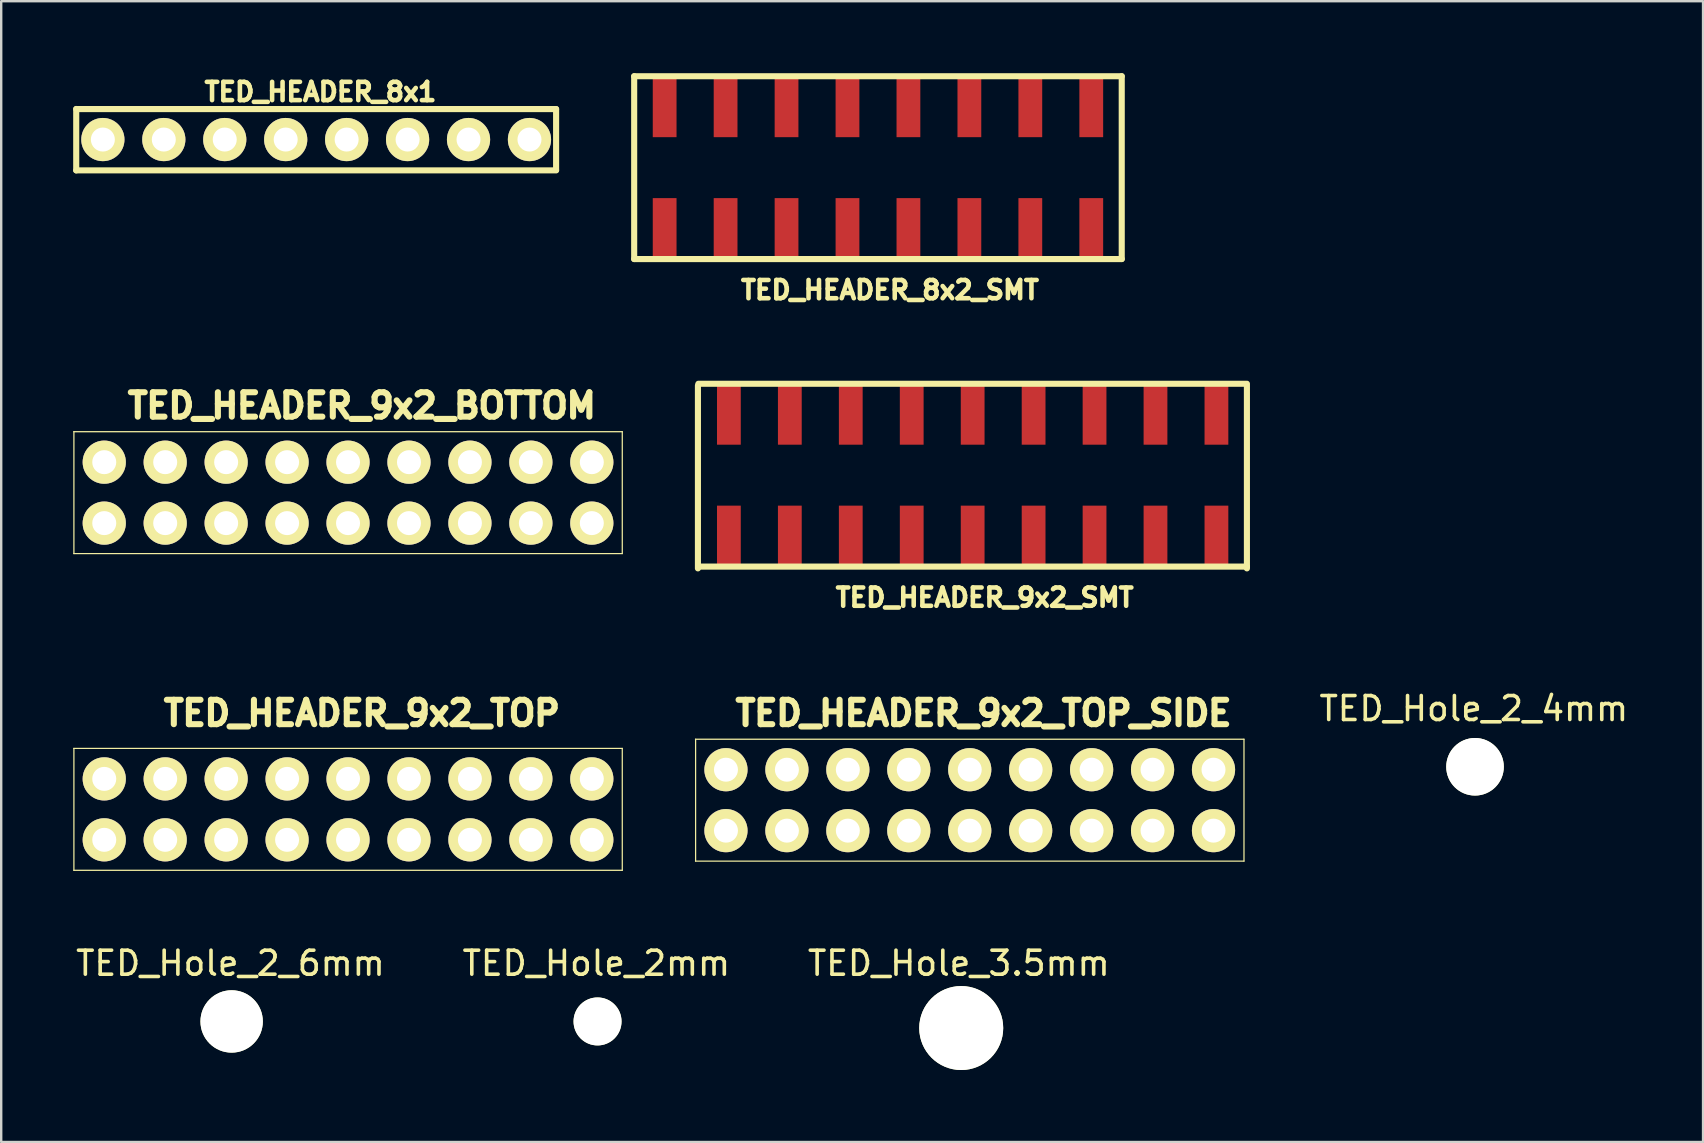
<source format=kicad_pcb>
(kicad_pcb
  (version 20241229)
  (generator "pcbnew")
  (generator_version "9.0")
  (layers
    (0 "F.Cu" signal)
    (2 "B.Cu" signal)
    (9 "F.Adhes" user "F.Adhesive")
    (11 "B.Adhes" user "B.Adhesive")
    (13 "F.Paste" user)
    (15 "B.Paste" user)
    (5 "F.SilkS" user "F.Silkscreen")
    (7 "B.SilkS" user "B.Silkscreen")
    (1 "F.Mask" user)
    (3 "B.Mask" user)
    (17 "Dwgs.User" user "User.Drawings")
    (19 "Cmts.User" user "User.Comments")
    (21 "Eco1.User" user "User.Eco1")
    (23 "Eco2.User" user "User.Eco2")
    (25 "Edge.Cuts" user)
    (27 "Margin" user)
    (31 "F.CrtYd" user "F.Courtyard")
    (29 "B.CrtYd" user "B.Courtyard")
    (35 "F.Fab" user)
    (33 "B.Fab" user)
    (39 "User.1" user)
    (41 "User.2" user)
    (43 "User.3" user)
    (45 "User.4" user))
  (footprint "TED_Hole_2_6mm"
    (layer "F.Cu")
    (at 6.604 39.521)
    (property "Reference" "TED_Hole_2_6mm" (at -0.05 -2.425 0) (layer "F.SilkS") (effects (font (size 1 1) (thickness 0.15))))
    (attr through_hole)
    (pad "" np_thru_hole circle (at 0 0) (size 2.6 2.6) (drill 2.6) (layers "*.Cu" "*.Mask" "F.SilkS")))
  (footprint "TED_HEADER_8x2_SMT"
    (layer "F.Cu")
    (at 33.541 3.937)
    (property "Reference" "TED_HEADER_8x2_SMT" (at 0.5 5.1 0) (layer "F.SilkS") (effects (font (size 0.762 0.762) (thickness 0.191))))
    (attr through_hole)
    (fp_line (start -10.16 3.81) (end -10.16 -3.81) (stroke (width 0.254) (type solid)) (layer "F.SilkS"))
    (fp_line (start 10.16 -3.81) (end -10.16 -3.81) (stroke (width 0.254) (type solid)) (layer "F.SilkS"))
    (fp_line (start 10.16 -3.81) (end 10.16 3.81) (stroke (width 0.254) (type solid)) (layer "F.SilkS"))
    (fp_line (start 10.16 3.81) (end -10.16 3.81) (stroke (width 0.254) (type solid)) (layer "F.SilkS"))
    (pad "1" smd rect (at -8.89 2.54) (size 0.991 2.54) (layers "F.Cu" "F.Mask" "F.Paste"))
    (pad "2" smd rect (at -6.35 2.54) (size 0.991 2.54) (layers "F.Cu" "F.Mask" "F.Paste"))
    (pad "3" smd rect (at -3.81 2.54) (size 0.991 2.54) (layers "F.Cu" "F.Mask" "F.Paste"))
    (pad "4" smd rect (at -1.27 2.54) (size 0.991 2.54) (layers "F.Cu" "F.Mask" "F.Paste"))
    (pad "5" smd rect (at 1.27 2.54) (size 0.991 2.54) (layers "F.Cu" "F.Mask" "F.Paste"))
    (pad "6" smd rect (at 3.81 2.54) (size 0.991 2.54) (layers "F.Cu" "F.Mask" "F.Paste"))
    (pad "7" smd rect (at 6.35 2.54) (size 0.991 2.54) (layers "F.Cu" "F.Mask" "F.Paste"))
    (pad "8" smd rect (at 8.89 2.54) (size 0.991 2.54) (layers "F.Cu" "F.Mask" "F.Paste"))
    (pad "9" smd rect (at 8.89 -2.54) (size 0.991 2.54) (layers "F.Cu" "F.Mask" "F.Paste"))
    (pad "10" smd rect (at 6.35 -2.54) (size 0.991 2.54) (layers "F.Cu" "F.Mask" "F.Paste"))
    (pad "11" smd rect (at 3.81 -2.54) (size 0.991 2.54) (layers "F.Cu" "F.Mask" "F.Paste"))
    (pad "12" smd rect (at 1.27 -2.54) (size 0.991 2.54) (layers "F.Cu" "F.Mask" "F.Paste"))
    (pad "13" smd rect (at -1.27 -2.54) (size 0.991 2.54) (layers "F.Cu" "F.Mask" "F.Paste"))
    (pad "14" smd rect (at -3.81 -2.54) (size 0.991 2.54) (layers "F.Cu" "F.Mask" "F.Paste"))
    (pad "15" smd rect (at -6.35 -2.54) (size 0.991 2.54) (layers "F.Cu" "F.Mask" "F.Paste"))
    (pad "16" smd rect (at -8.89 -2.54) (size 0.991 2.54) (layers "F.Cu" "F.Mask" "F.Paste")))
  (footprint "TED_Hole_2mm"
    (layer "F.Cu")
    (at 21.854 39.521)
    (property "Reference" "TED_Hole_2mm" (at -0.05 -2.425 0) (layer "F.SilkS") (effects (font (size 1 1) (thickness 0.15))))
    (attr through_hole)
    (pad "" np_thru_hole circle (at 0 0) (size 2 2) (drill 2) (layers "*.Cu" "*.Mask" "F.SilkS")))
  (footprint "TED_Hole_3.5mm"
    (layer "F.Cu")
    (at 37.011 39.796)
    (property "Reference" "TED_Hole_3.5mm" (at -0.1 -2.7 0) (layer "F.SilkS") (effects (font (size 1 1) (thickness 0.15))))
    (attr through_hole)
    (pad "" np_thru_hole circle (at 0 0) (size 3.5 3.5) (drill 3.5) (layers "*.Cu" "*.Mask" "F.SilkS")))
  (footprint "TED_Hole_2_4mm"
    (layer "F.Cu")
    (at 58.425 28.907)
    (property "Reference" "TED_Hole_2_4mm" (at -0.05 -2.425 0) (layer "F.SilkS") (effects (font (size 1 1) (thickness 0.15))))
    (attr through_hole)
    (pad "" np_thru_hole circle (at 0 0) (size 2.4 2.4) (drill 2.4) (layers "*.Cu" "*.Mask" "F.SilkS")))
  (footprint "TED_HEADER_9x2_TOP"
    (layer "F.Cu")
    (at 11.455 30.682)
    (property "Reference" "TED_HEADER_9x2_TOP" (at 0.577 -4.008 0) (layer "F.SilkS") (effects (font (size 1.016 1.016) (thickness 0.254))))
    (attr through_hole)
    (fp_line (start -11.43 -2.54) (end 11.43 -2.54) (stroke (width 0.051) (type solid)) (layer "F.SilkS"))
    (fp_line (start -11.425 2.54) (end -11.425 -2.54) (stroke (width 0.051) (type solid)) (layer "F.SilkS"))
    (fp_line (start 11.43 -2.54) (end 11.43 2.54) (stroke (width 0.051) (type solid)) (layer "F.SilkS"))
    (fp_line (start 11.43 2.54) (end -11.43 2.54) (stroke (width 0.051) (type solid)) (layer "F.SilkS"))
    (pad "1" thru_hole circle (at -10.16 1.27) (size 1.8 1.8) (drill 1) (layers "F.Cu" "F.Mask" "F.SilkS"))
    (pad "2" thru_hole circle (at -7.62 1.27) (size 1.8 1.8) (drill 1) (layers "F.Cu" "F.Mask" "F.SilkS"))
    (pad "3" thru_hole circle (at -5.08 1.27) (size 1.8 1.8) (drill 1) (layers "F.Cu" "F.Mask" "F.SilkS"))
    (pad "4" thru_hole circle (at -2.54 1.27) (size 1.8 1.8) (drill 1) (layers "F.Cu" "F.Mask" "F.SilkS"))
    (pad "5" thru_hole circle (at 0 1.27) (size 1.8 1.8) (drill 1) (layers "F.Cu" "F.Mask" "F.SilkS"))
    (pad "6" thru_hole circle (at 2.54 1.27) (size 1.8 1.8) (drill 1) (layers "F.Cu" "F.Mask" "F.SilkS"))
    (pad "7" thru_hole circle (at 5.08 1.27) (size 1.8 1.8) (drill 1) (layers "F.Cu" "F.Mask" "F.SilkS"))
    (pad "8" thru_hole circle (at 7.62 1.27) (size 1.8 1.8) (drill 1) (layers "F.Cu" "F.Mask" "F.SilkS"))
    (pad "9" thru_hole circle (at 10.16 1.27) (size 1.8 1.8) (drill 1) (layers "F.Cu" "F.Mask" "F.SilkS"))
    (pad "10" thru_hole circle (at 10.16 -1.27) (size 1.8 1.8) (drill 1) (layers "F.Cu" "F.Mask" "F.SilkS"))
    (pad "11" thru_hole circle (at 7.62 -1.27) (size 1.8 1.8) (drill 1) (layers "F.Cu" "F.Mask" "F.SilkS"))
    (pad "12" thru_hole circle (at 5.08 -1.27) (size 1.8 1.8) (drill 1) (layers "F.Cu" "F.Mask" "F.SilkS"))
    (pad "13" thru_hole circle (at 2.54 -1.27) (size 1.8 1.8) (drill 1) (layers "F.Cu" "F.Mask" "F.SilkS"))
    (pad "14" thru_hole circle (at 0 -1.27) (size 1.8 1.8) (drill 1) (layers "F.Cu" "F.Mask" "F.SilkS"))
    (pad "15" thru_hole circle (at -2.54 -1.27) (size 1.8 1.8) (drill 1) (layers "F.Cu" "F.Mask" "F.SilkS"))
    (pad "16" thru_hole circle (at -5.08 -1.27) (size 1.8 1.8) (drill 1) (layers "F.Cu" "F.Mask" "F.SilkS"))
    (pad "17" thru_hole circle (at -7.62 -1.27) (size 1.8 1.8) (drill 1) (layers "F.Cu" "F.Mask" "F.SilkS"))
    (pad "18" thru_hole circle (at -10.16 -1.27) (size 1.8 1.8) (drill 1) (layers "F.Cu" "F.Mask" "F.SilkS")))
  (footprint "TED_HEADER_9x2_BOTTOM"
    (layer "F.Cu")
    (at 11.455 17.482)
    (property "Reference" "TED_HEADER_9x2_BOTTOM" (at 0.575 -3.625 0) (layer "F.SilkS") (effects (font (size 1.016 1.016) (thickness 0.254))))
    (attr through_hole)
    (fp_line (start -11.43 -2.54) (end 11.43 -2.54) (stroke (width 0.051) (type solid)) (layer "F.SilkS"))
    (fp_line (start -11.425 2.54) (end -11.425 -2.54) (stroke (width 0.051) (type solid)) (layer "F.SilkS"))
    (fp_line (start 11.43 -2.54) (end 11.43 2.54) (stroke (width 0.051) (type solid)) (layer "F.SilkS"))
    (fp_line (start 11.43 2.54) (end -11.43 2.54) (stroke (width 0.051) (type solid)) (layer "F.SilkS"))
    (pad "1" thru_hole circle (at -10.16 1.27) (size 1.8 1.8) (drill 1) (layers "F.Cu" "F.Mask" "F.SilkS"))
    (pad "2" thru_hole circle (at -7.62 1.27) (size 1.8 1.8) (drill 1) (layers "F.Cu" "F.Mask" "F.SilkS"))
    (pad "3" thru_hole circle (at -5.08 1.27) (size 1.8 1.8) (drill 1) (layers "F.Cu" "F.Mask" "F.SilkS"))
    (pad "4" thru_hole circle (at -2.54 1.27) (size 1.8 1.8) (drill 1) (layers "F.Cu" "F.Mask" "F.SilkS"))
    (pad "5" thru_hole circle (at 0 1.27) (size 1.8 1.8) (drill 1) (layers "F.Cu" "F.Mask" "F.SilkS"))
    (pad "6" thru_hole circle (at 2.54 1.27) (size 1.8 1.8) (drill 1) (layers "F.Cu" "F.Mask" "F.SilkS"))
    (pad "7" thru_hole circle (at 5.08 1.27) (size 1.8 1.8) (drill 1) (layers "F.Cu" "F.Mask" "F.SilkS"))
    (pad "8" thru_hole circle (at 7.62 1.27) (size 1.8 1.8) (drill 1) (layers "F.Cu" "F.Mask" "F.SilkS"))
    (pad "9" thru_hole circle (at 10.16 1.27) (size 1.8 1.8) (drill 1) (layers "F.Cu" "F.Mask" "F.SilkS"))
    (pad "10" thru_hole circle (at 10.16 -1.27) (size 1.8 1.8) (drill 1) (layers "F.Cu" "F.Mask" "F.SilkS"))
    (pad "11" thru_hole circle (at 7.62 -1.27) (size 1.8 1.8) (drill 1) (layers "F.Cu" "F.Mask" "F.SilkS"))
    (pad "12" thru_hole circle (at 5.08 -1.27) (size 1.8 1.8) (drill 1) (layers "F.Cu" "F.Mask" "F.SilkS"))
    (pad "13" thru_hole circle (at 2.54 -1.27) (size 1.8 1.8) (drill 1) (layers "F.Cu" "F.Mask" "F.SilkS"))
    (pad "14" thru_hole circle (at 0 -1.27) (size 1.8 1.8) (drill 1) (layers "F.Cu" "F.Mask" "F.SilkS"))
    (pad "15" thru_hole circle (at -2.54 -1.27) (size 1.8 1.8) (drill 1) (layers "F.Cu" "F.Mask" "F.SilkS"))
    (pad "16" thru_hole circle (at -5.08 -1.27) (size 1.8 1.8) (drill 1) (layers "F.Cu" "F.Mask" "F.SilkS"))
    (pad "17" thru_hole circle (at -7.62 -1.27) (size 1.8 1.8) (drill 1) (layers "F.Cu" "F.Mask" "F.SilkS"))
    (pad "18" thru_hole circle (at -10.16 -1.27) (size 1.8 1.8) (drill 1) (layers "F.Cu" "F.Mask" "F.SilkS")))
  (footprint "TED_HEADER_9x2_SMT"
    (layer "F.Cu")
    (at 37.488 16.754)
    (property "Reference" "TED_HEADER_9x2_SMT" (at 0.5 5.1 0) (layer "F.SilkS") (effects (font (size 0.762 0.762) (thickness 0.191))))
    (attr through_hole)
    (fp_line (start -11.45 3.885) (end -11.45 -3.735) (stroke (width 0.254) (type solid)) (layer "F.SilkS"))
    (fp_line (start 11.43 -3.81) (end -11.43 -3.81) (stroke (width 0.254) (type solid)) (layer "F.SilkS"))
    (fp_line (start 11.43 -3.735) (end 11.43 3.885) (stroke (width 0.254) (type solid)) (layer "F.SilkS"))
    (fp_line (start 11.43 3.81) (end -11.43 3.81) (stroke (width 0.254) (type solid)) (layer "F.SilkS"))
    (pad "1" smd rect (at -10.16 2.54) (size 0.991 2.54) (layers "F.Cu" "F.Mask" "F.Paste"))
    (pad "2" smd rect (at -7.62 2.54) (size 0.991 2.54) (layers "F.Cu" "F.Mask" "F.Paste"))
    (pad "3" smd rect (at -5.08 2.54) (size 0.991 2.54) (layers "F.Cu" "F.Mask" "F.Paste"))
    (pad "4" smd rect (at -2.54 2.54) (size 0.991 2.54) (layers "F.Cu" "F.Mask" "F.Paste"))
    (pad "5" smd rect (at 0 2.54) (size 0.991 2.54) (layers "F.Cu" "F.Mask" "F.Paste"))
    (pad "6" smd rect (at 2.54 2.54) (size 0.991 2.54) (layers "F.Cu" "F.Mask" "F.Paste"))
    (pad "7" smd rect (at 5.08 2.54) (size 0.991 2.54) (layers "F.Cu" "F.Mask" "F.Paste"))
    (pad "8" smd rect (at 7.62 2.54) (size 0.991 2.54) (layers "F.Cu" "F.Mask" "F.Paste"))
    (pad "9" smd rect (at 10.16 2.54) (size 0.991 2.54) (layers "F.Cu" "F.Mask" "F.Paste"))
    (pad "10" smd rect (at 10.16 -2.54) (size 0.991 2.54) (layers "F.Cu" "F.Mask" "F.Paste"))
    (pad "11" smd rect (at 7.62 -2.54) (size 0.991 2.54) (layers "F.Cu" "F.Mask" "F.Paste"))
    (pad "12" smd rect (at 5.08 -2.54) (size 0.991 2.54) (layers "F.Cu" "F.Mask" "F.Paste"))
    (pad "13" smd rect (at 2.54 -2.54) (size 0.991 2.54) (layers "F.Cu" "F.Mask" "F.Paste"))
    (pad "14" smd rect (at 0 -2.54) (size 0.991 2.54) (layers "F.Cu" "F.Mask" "F.Paste"))
    (pad "15" smd rect (at -2.54 -2.54) (size 0.991 2.54) (layers "F.Cu" "F.Mask" "F.Paste"))
    (pad "16" smd rect (at -5.08 -2.54) (size 0.991 2.54) (layers "F.Cu" "F.Mask" "F.Paste"))
    (pad "17" smd rect (at -7.62 -2.54) (size 0.991 2.54) (layers "F.Cu" "F.Mask" "F.Paste"))
    (pad "18" smd rect (at -10.16 -2.54) (size 0.991 2.54) (layers "F.Cu" "F.Mask" "F.Paste")))
  (footprint "TED_HEADER_8x1"
    (layer "F.Cu")
    (at 10.127 2.766)
    (property "Reference" "TED_HEADER_8x1" (at 0.178 -1.986 0) (layer "F.SilkS") (effects (font (size 0.762 0.762) (thickness 0.191))))
    (attr through_hole)
    (fp_line (start -10 1.285) (end -10 -1.275) (stroke (width 0.254) (type solid)) (layer "F.SilkS"))
    (fp_line (start 10 -1.27) (end -10 -1.27) (stroke (width 0.254) (type solid)) (layer "F.SilkS"))
    (fp_line (start 10 -1.27) (end 10 1.27) (stroke (width 0.254) (type solid)) (layer "F.SilkS"))
    (fp_line (start 10 1.285) (end -10 1.285) (stroke (width 0.254) (type solid)) (layer "F.SilkS"))
    (pad "1" thru_hole circle (at -8.89 0) (size 1.8 1.8) (drill 1) (layers "*.Cu" "*.Mask" "F.SilkS"))
    (pad "2" thru_hole circle (at -6.35 0) (size 1.8 1.8) (drill 1) (layers "*.Cu" "*.Mask" "F.SilkS"))
    (pad "3" thru_hole circle (at -3.81 0) (size 1.8 1.8) (drill 1) (layers "*.Cu" "*.Mask" "F.SilkS"))
    (pad "4" thru_hole circle (at -1.27 0) (size 1.8 1.8) (drill 1) (layers "*.Cu" "*.Mask" "F.SilkS"))
    (pad "5" thru_hole circle (at 1.27 0) (size 1.8 1.8) (drill 1) (layers "*.Cu" "*.Mask" "F.SilkS"))
    (pad "6" thru_hole circle (at 3.81 0) (size 1.8 1.8) (drill 1) (layers "*.Cu" "*.Mask" "F.SilkS"))
    (pad "7" thru_hole circle (at 6.35 0) (size 1.8 1.8) (drill 1) (layers "*.Cu" "*.Mask" "F.SilkS"))
    (pad "8" thru_hole circle (at 8.89 0) (size 1.8 1.8) (drill 1) (layers "*.Cu" "*.Mask" "F.SilkS")))
  (footprint "TED_HEADER_9x2_TOP_SIDE"
    (layer "F.Cu")
    (at 37.366 30.299)
    (property "Reference" "TED_HEADER_9x2_TOP_SIDE" (at 0.575 -3.625 0) (layer "F.SilkS") (effects (font (size 1.016 1.016) (thickness 0.254))))
    (attr through_hole)
    (fp_line (start -11.43 -2.54) (end 11.43 -2.54) (stroke (width 0.051) (type solid)) (layer "F.SilkS"))
    (fp_line (start -11.425 2.54) (end -11.425 -2.54) (stroke (width 0.051) (type solid)) (layer "F.SilkS"))
    (fp_line (start 11.43 -2.54) (end 11.43 2.54) (stroke (width 0.051) (type solid)) (layer "F.SilkS"))
    (fp_line (start 11.43 2.54) (end -11.43 2.54) (stroke (width 0.051) (type solid)) (layer "F.SilkS"))
    (pad "1" thru_hole circle (at -10.16 1.27) (size 1.8 1.8) (drill 1) (layers "F.Mask" "B.Cu" "F.SilkS"))
    (pad "2" thru_hole circle (at -7.62 1.27) (size 1.8 1.8) (drill 1) (layers "F.Mask" "B.Cu" "F.SilkS"))
    (pad "3" thru_hole circle (at -5.08 1.27) (size 1.8 1.8) (drill 1) (layers "F.Mask" "B.Cu" "F.SilkS"))
    (pad "4" thru_hole circle (at -2.54 1.27) (size 1.8 1.8) (drill 1) (layers "F.Mask" "B.Cu" "F.SilkS"))
    (pad "5" thru_hole circle (at 0 1.27) (size 1.8 1.8) (drill 1) (layers "F.Mask" "B.Cu" "F.SilkS"))
    (pad "6" thru_hole circle (at 2.54 1.27) (size 1.8 1.8) (drill 1) (layers "F.Mask" "B.Cu" "F.SilkS"))
    (pad "7" thru_hole circle (at 5.08 1.27) (size 1.8 1.8) (drill 1) (layers "F.Mask" "B.Cu" "F.SilkS"))
    (pad "8" thru_hole circle (at 7.62 1.27) (size 1.8 1.8) (drill 1) (layers "F.Mask" "B.Cu" "F.SilkS"))
    (pad "9" thru_hole circle (at 10.16 1.27) (size 1.8 1.8) (drill 1) (layers "F.Mask" "B.Cu" "F.SilkS"))
    (pad "10" thru_hole circle (at 10.16 -1.27) (size 1.8 1.8) (drill 1) (layers "F.Mask" "B.Cu" "F.SilkS"))
    (pad "11" thru_hole circle (at 7.62 -1.27) (size 1.8 1.8) (drill 1) (layers "F.Mask" "B.Cu" "F.SilkS"))
    (pad "12" thru_hole circle (at 5.08 -1.27) (size 1.8 1.8) (drill 1) (layers "F.Mask" "B.Cu" "F.SilkS"))
    (pad "13" thru_hole circle (at 2.54 -1.27) (size 1.8 1.8) (drill 1) (layers "F.Mask" "B.Cu" "F.SilkS"))
    (pad "14" thru_hole circle (at 0 -1.27) (size 1.8 1.8) (drill 1) (layers "F.Mask" "B.Cu" "F.SilkS"))
    (pad "15" thru_hole circle (at -2.54 -1.27) (size 1.8 1.8) (drill 1) (layers "F.Mask" "B.Cu" "F.SilkS"))
    (pad "16" thru_hole circle (at -5.08 -1.27) (size 1.8 1.8) (drill 1) (layers "F.Mask" "B.Cu" "F.SilkS"))
    (pad "17" thru_hole circle (at -7.62 -1.27) (size 1.8 1.8) (drill 1) (layers "F.Mask" "B.Cu" "F.SilkS"))
    (pad "18" thru_hole circle (at -10.16 -1.27) (size 1.8 1.8) (drill 1) (layers "F.Mask" "B.Cu" "F.SilkS")))
  (gr_rect
    (start -3 -3)
    (end 67.929 44.546)
    (stroke (width 0.1) (type default))
    (fill no)
    (layer "Edge.Cuts")))
</source>
